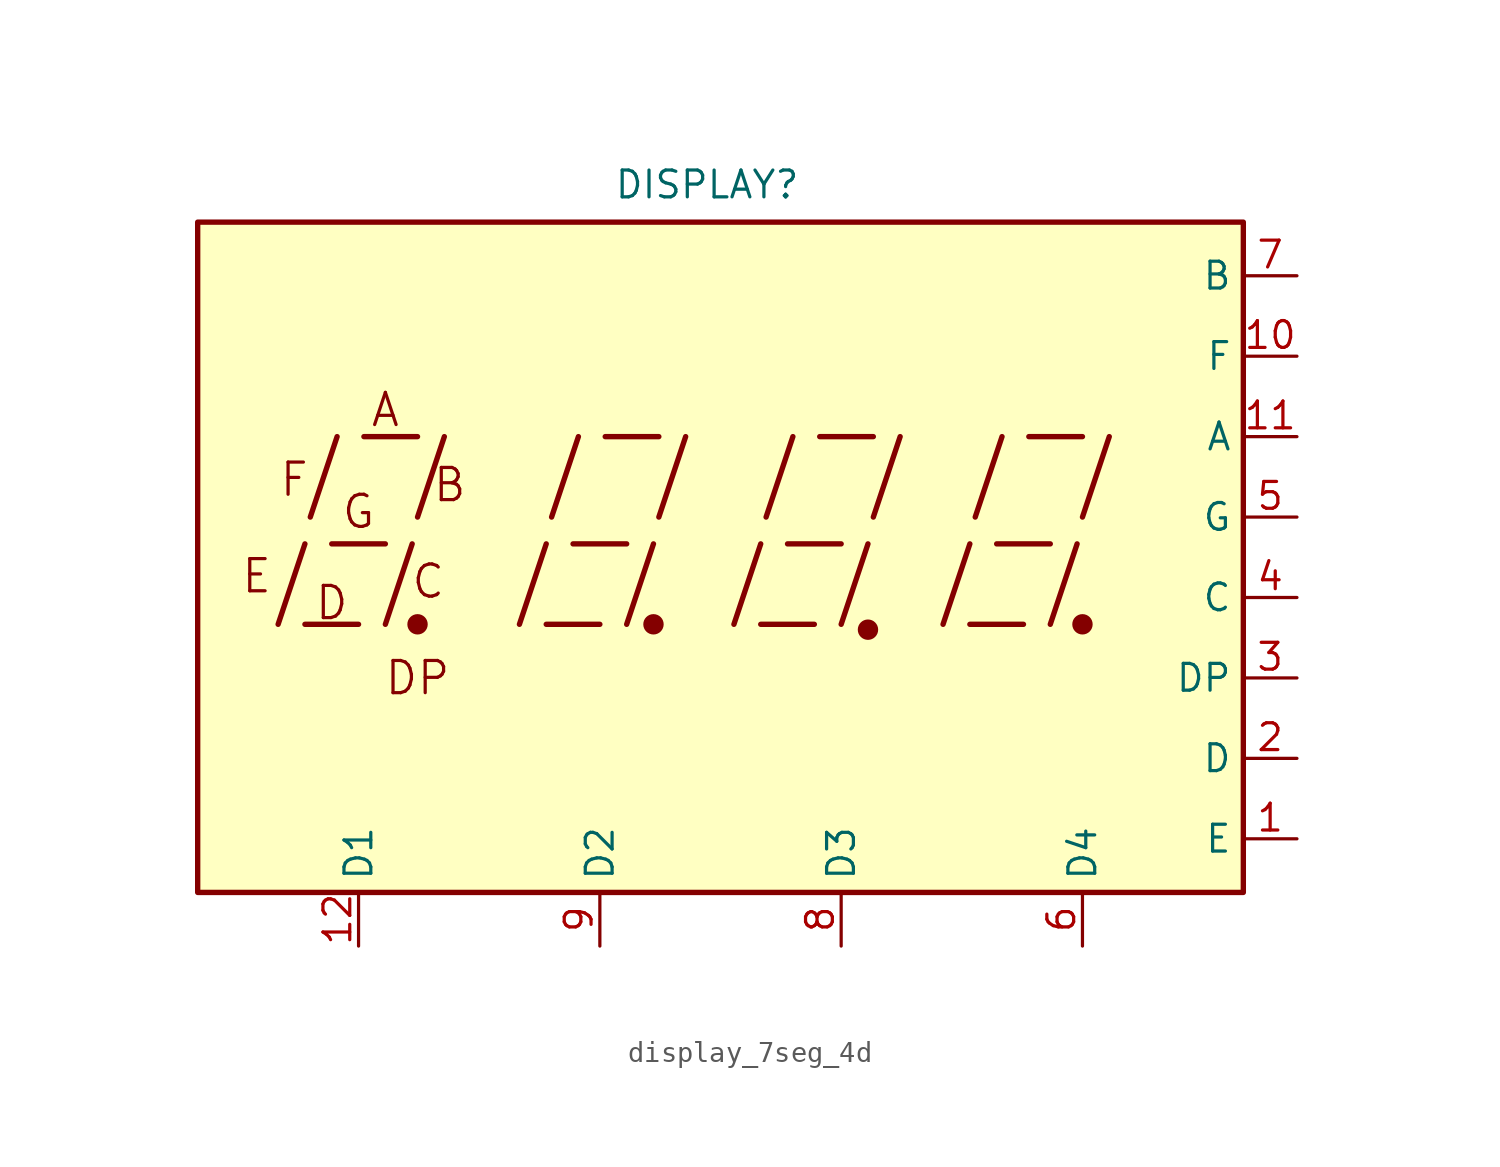
<source format=kicad_sym>
(kicad_symbol_lib
  (version 20241209)
  (generator "kicad_symbol_editor")
  (generator_version "9.0")
  (symbol "display_7seg_4d"
    (property "Reference" "DISPLAY"
      (at 0 20.828 0)
      (effects (font (size 1.27 1.27))))
    (symbol "display_7seg_4d_0_0"
      (rectangle (start -24.13 19.05) (end 25.4 -12.7) (stroke (width 0.254) (type default)) (fill (type background)))
      (polyline (pts (xy -20.32 0) (xy -19.05 3.81)) (stroke (width 0.254) (type default)) (fill (type none)))
      (polyline (pts (xy -19.05 0) (xy -16.51 0)) (stroke (width 0.254) (type default)) (fill (type none)))
      (polyline (pts (xy -18.796 5.08) (xy -17.526 8.89)) (stroke (width 0.254) (type default)) (fill (type none)))
      (polyline (pts (xy -17.78 3.81) (xy -15.24 3.81)) (stroke (width 0.254) (type default)) (fill (type none)))
      (polyline (pts (xy -16.256 8.89) (xy -13.716 8.89)) (stroke (width 0.254) (type default)) (fill (type none)))
      (polyline (pts (xy -15.24 0) (xy -13.97 3.81)) (stroke (width 0.254) (type default)) (fill (type none)))
      (polyline (pts (xy -13.716 5.08) (xy -12.446 8.89)) (stroke (width 0.254) (type default)) (fill (type none)))
      (polyline (pts (xy -8.89 0) (xy -7.62 3.81)) (stroke (width 0.254) (type default)) (fill (type none)))
      (polyline (pts (xy -7.62 0) (xy -5.08 0)) (stroke (width 0.254) (type default)) (fill (type none)))
      (polyline (pts (xy -7.366 5.08) (xy -6.096 8.89)) (stroke (width 0.254) (type default)) (fill (type none)))
      (polyline (pts (xy -6.35 3.81) (xy -3.81 3.81)) (stroke (width 0.254) (type default)) (fill (type none)))
      (polyline (pts (xy -4.826 8.89) (xy -2.286 8.89)) (stroke (width 0.254) (type default)) (fill (type none)))
      (polyline (pts (xy -3.81 0) (xy -2.54 3.81)) (stroke (width 0.254) (type default)) (fill (type none)))
      (polyline (pts (xy -2.286 5.08) (xy -1.016 8.89)) (stroke (width 0.254) (type default)) (fill (type none)))
      (polyline (pts (xy 1.27 0) (xy 2.54 3.81)) (stroke (width 0.254) (type default)) (fill (type none)))
      (polyline (pts (xy 2.54 0) (xy 5.08 0)) (stroke (width 0.254) (type default)) (fill (type none)))
      (polyline (pts (xy 2.794 5.08) (xy 4.064 8.89)) (stroke (width 0.254) (type default)) (fill (type none)))
      (polyline (pts (xy 3.81 3.81) (xy 6.35 3.81)) (stroke (width 0.254) (type default)) (fill (type none)))
      (polyline (pts (xy 5.334 8.89) (xy 7.874 8.89)) (stroke (width 0.254) (type default)) (fill (type none)))
      (polyline (pts (xy 6.35 0) (xy 7.62 3.81)) (stroke (width 0.254) (type default)) (fill (type none)))
      (polyline (pts (xy 7.874 5.08) (xy 9.144 8.89)) (stroke (width 0.254) (type default)) (fill (type none)))
      (polyline (pts (xy 11.176 0) (xy 12.446 3.81)) (stroke (width 0.254) (type default)) (fill (type none)))
      (polyline (pts (xy 12.446 0) (xy 14.986 0)) (stroke (width 0.254) (type default)) (fill (type none)))
      (polyline (pts (xy 12.7 5.08) (xy 13.97 8.89)) (stroke (width 0.254) (type default)) (fill (type none)))
      (polyline (pts (xy 13.716 3.81) (xy 16.256 3.81)) (stroke (width 0.254) (type default)) (fill (type none)))
      (polyline (pts (xy 15.24 8.89) (xy 17.78 8.89)) (stroke (width 0.254) (type default)) (fill (type none)))
      (polyline (pts (xy 16.256 0) (xy 17.526 3.81)) (stroke (width 0.254) (type default)) (fill (type none)))
      (polyline (pts (xy 17.78 5.08) (xy 19.05 8.89)) (stroke (width 0.254) (type default)) (fill (type none)))
      (text "E" (at -21.336 2.286 0) (effects (font (size 1.524 1.524))))
      (text "F" (at -19.558 6.858 0) (effects (font (size 1.524 1.524))))
      (text "D" (at -17.78 1.016 0) (effects (font (size 1.524 1.524))))
      (text "G" (at -16.51 5.334 0) (effects (font (size 1.524 1.524))))
      (text "A" (at -15.24 10.16 0) (effects (font (size 1.524 1.524))))
      (text "DP" (at -13.716 -2.54 0) (effects (font (size 1.524 1.524))))
      (text "C" (at -13.208 2.032 0) (effects (font (size 1.524 1.524))))
      (text "B" (at -12.192 6.604 0) (effects (font (size 1.524 1.524)))))
    (symbol "display_7seg_4d_0_1"
      (circle (center -13.716 0) (radius 0.356) (stroke (width 0.254) (type default)) (fill (type outline)))
      (circle (center -2.54 0) (radius 0.356) (stroke (width 0.254) (type default)) (fill (type outline))))
    (symbol "display_7seg_4d_1_0"
      (circle (center 7.62 -0.254) (radius 0.356) (stroke (width 0.254) (type default)) (fill (type outline)))
      (circle (center 17.78 0) (radius 0.356) (stroke (width 0.254) (type default)) (fill (type outline))))
    (symbol "display_7seg_4d_1_1"
      (pin input line (at -16.51 -15.24 90) (length 2.54) (name "D1" (effects (font (size 1.27 1.27)))) (number "12" (effects (font (size 1.27 1.27)))))
      (pin input line (at -5.08 -15.24 90) (length 2.54) (name "D2" (effects (font (size 1.27 1.27)))) (number "9" (effects (font (size 1.27 1.27)))))
      (pin input line (at 6.35 -15.24 90) (length 2.54) (name "D3" (effects (font (size 1.27 1.27)))) (number "8" (effects (font (size 1.27 1.27)))))
      (pin input line (at 17.78 -15.24 90) (length 2.54) (name "D4" (effects (font (size 1.27 1.27)))) (number "6" (effects (font (size 1.27 1.27)))))
      (pin input line (at 27.94 16.51 180) (length 2.54) (name "B" (effects (font (size 1.27 1.27)))) (number "7" (effects (font (size 1.27 1.27)))))
      (pin input line (at 27.94 12.7 180) (length 2.54) (name "F" (effects (font (size 1.27 1.27)))) (number "10" (effects (font (size 1.27 1.27)))))
      (pin input line (at 27.94 8.89 180) (length 2.54) (name "A" (effects (font (size 1.27 1.27)))) (number "11" (effects (font (size 1.27 1.27)))))
      (pin input line (at 27.94 5.08 180) (length 2.54) (name "G" (effects (font (size 1.27 1.27)))) (number "5" (effects (font (size 1.27 1.27)))))
      (pin input line (at 27.94 1.27 180) (length 2.54) (name "C" (effects (font (size 1.27 1.27)))) (number "4" (effects (font (size 1.27 1.27)))))
      (pin input line (at 27.94 -2.54 180) (length 2.54) (name "DP" (effects (font (size 1.27 1.27)))) (number "3" (effects (font (size 1.27 1.27)))))
      (pin input line (at 27.94 -6.35 180) (length 2.54) (name "D" (effects (font (size 1.27 1.27)))) (number "2" (effects (font (size 1.27 1.27)))))
      (pin input line (at 27.94 -10.16 180) (length 2.54) (name "E" (effects (font (size 1.27 1.27)))) (number "1" (effects (font (size 1.27 1.27))))))))
</source>
